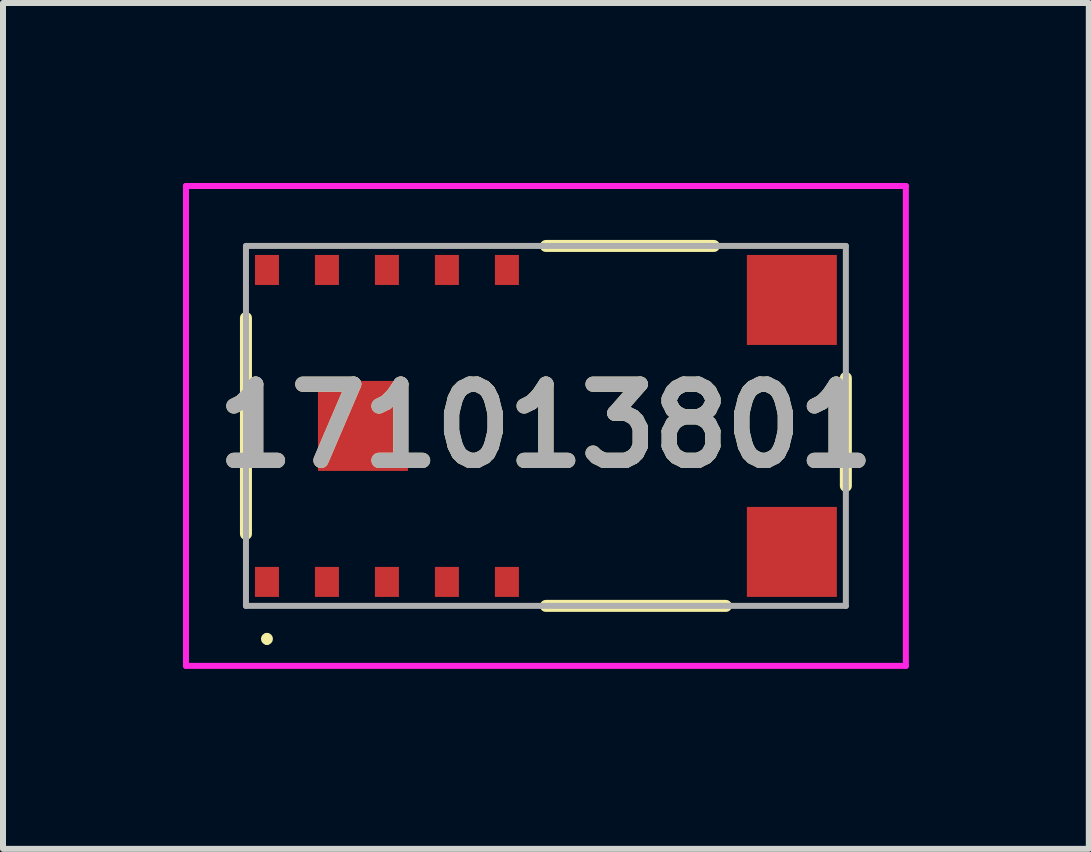
<source format=kicad_pcb>
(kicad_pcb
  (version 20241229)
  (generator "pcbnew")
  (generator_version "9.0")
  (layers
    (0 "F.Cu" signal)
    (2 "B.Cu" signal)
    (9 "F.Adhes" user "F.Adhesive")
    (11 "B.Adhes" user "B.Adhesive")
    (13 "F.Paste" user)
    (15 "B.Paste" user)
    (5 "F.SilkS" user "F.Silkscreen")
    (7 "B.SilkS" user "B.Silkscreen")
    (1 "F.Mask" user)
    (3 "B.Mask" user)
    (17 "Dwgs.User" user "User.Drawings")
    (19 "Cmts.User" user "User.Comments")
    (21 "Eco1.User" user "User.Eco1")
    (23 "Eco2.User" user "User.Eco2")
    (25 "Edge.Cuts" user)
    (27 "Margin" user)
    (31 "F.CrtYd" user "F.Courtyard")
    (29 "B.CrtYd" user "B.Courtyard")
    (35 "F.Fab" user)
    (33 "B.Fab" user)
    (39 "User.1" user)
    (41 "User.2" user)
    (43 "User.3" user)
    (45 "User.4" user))
  (footprint "171013801"
    (layer "F.Cu")
    (at 6.05 4.05)
    (property "Reference" "171013801" (at 0 0 0) (layer "F.SilkS") (effects (font (size 1.27 1.27) (thickness 0.254))))
    (attr smd)
    (fp_line (start -5 -1.8) (end -5 1.8) (stroke (width 0.2) (type solid)) (layer "F.SilkS"))
    (fp_line (start -4.65 3.5) (end -4.65 3.5) (stroke (width 0.1) (type solid)) (layer "F.SilkS"))
    (fp_line (start -4.65 3.6) (end -4.65 3.6) (stroke (width 0.1) (type solid)) (layer "F.SilkS"))
    (fp_line (start 0 -3) (end 2.8 -3) (stroke (width 0.2) (type solid)) (layer "F.SilkS"))
    (fp_line (start 0 3) (end 3 3) (stroke (width 0.2) (type solid)) (layer "F.SilkS"))
    (fp_line (start 5 -0.8) (end 5 1) (stroke (width 0.2) (type solid)) (layer "F.SilkS"))
    (fp_arc (start -4.65 3.5) (mid -4.6 3.55) (end -4.65 3.6) (stroke (width 0.1) (type solid)) (layer "F.SilkS"))
    (fp_arc (start -4.65 3.6) (mid -4.7 3.55) (end -4.65 3.5) (stroke (width 0.1) (type solid)) (layer "F.SilkS"))
    (fp_line (start -6 -4) (end -6 4) (stroke (width 0.1) (type solid)) (layer "F.CrtYd"))
    (fp_line (start -6 4) (end 6 4) (stroke (width 0.1) (type solid)) (layer "F.CrtYd"))
    (fp_line (start 6 -4) (end -6 -4) (stroke (width 0.1) (type solid)) (layer "F.CrtYd"))
    (fp_line (start 6 4) (end 6 -4) (stroke (width 0.1) (type solid)) (layer "F.CrtYd"))
    (fp_line (start -5 -3) (end -5 3) (stroke (width 0.1) (type solid)) (layer "F.Fab"))
    (fp_line (start -5 3) (end 5 3) (stroke (width 0.1) (type solid)) (layer "F.Fab"))
    (fp_line (start 5 -3) (end -5 -3) (stroke (width 0.1) (type solid)) (layer "F.Fab"))
    (fp_line (start 5 3) (end 5 -3) (stroke (width 0.1) (type solid)) (layer "F.Fab"))
    (fp_text user "${REFERENCE}" (at 0 0 0) (layer "F.Fab") (effects (font (size 1.27 1.27) (thickness 0.254))))
    (pad "1" smd rect (at -4.65 2.6) (size 0.4 0.5) (layers "F.Cu" "F.Mask" "F.Paste"))
    (pad "2" smd rect (at -3.65 2.6) (size 0.4 0.5) (layers "F.Cu" "F.Mask" "F.Paste"))
    (pad "3" smd rect (at -2.65 2.6) (size 0.4 0.5) (layers "F.Cu" "F.Mask" "F.Paste"))
    (pad "4" smd rect (at -1.65 2.6) (size 0.4 0.5) (layers "F.Cu" "F.Mask" "F.Paste"))
    (pad "5" smd rect (at -0.65 2.6) (size 0.4 0.5) (layers "F.Cu" "F.Mask" "F.Paste"))
    (pad "6" smd rect (at 4.1 2.1) (size 1.5 1.5) (layers "F.Cu" "F.Mask" "F.Paste"))
    (pad "7" smd rect (at 4.1 -2.1) (size 1.5 1.5) (layers "F.Cu" "F.Mask" "F.Paste"))
    (pad "8" smd rect (at -0.65 -2.6) (size 0.4 0.5) (layers "F.Cu" "F.Mask" "F.Paste"))
    (pad "9" smd rect (at -1.65 -2.6) (size 0.4 0.5) (layers "F.Cu" "F.Mask" "F.Paste"))
    (pad "10" smd rect (at -2.65 -2.6) (size 0.4 0.5) (layers "F.Cu" "F.Mask" "F.Paste"))
    (pad "11" smd rect (at -3.65 -2.6) (size 0.4 0.5) (layers "F.Cu" "F.Mask" "F.Paste"))
    (pad "12" smd rect (at -4.65 -2.6) (size 0.4 0.5) (layers "F.Cu" "F.Mask" "F.Paste"))
    (pad "13" smd rect (at -3.05 0) (size 1.5 1.5) (layers "F.Cu" "F.Mask" "F.Paste")))
  (gr_rect
    (start -3 -3)
    (end 15.1 11.1)
    (stroke (width 0.1) (type default))
    (fill no)
    (layer "Edge.Cuts")))
</source>
